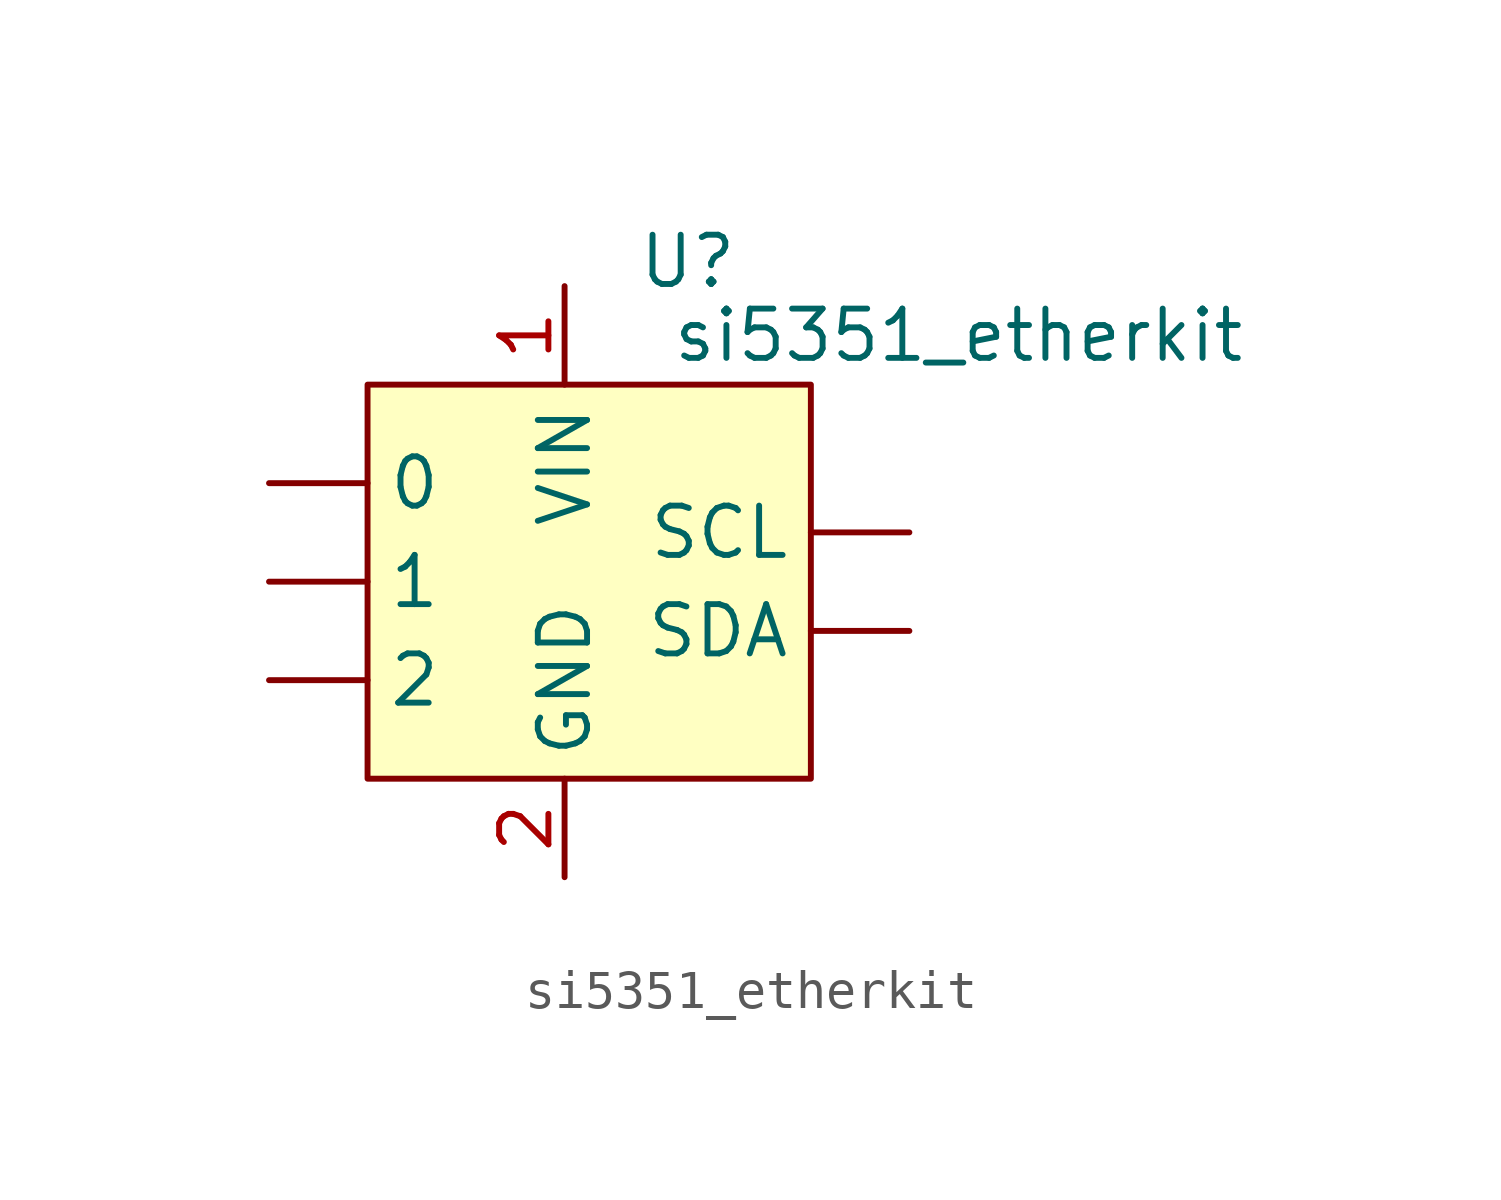
<source format=kicad_sym>
(kicad_symbol_lib
  (version 20211014)
  (generator kicad_symbol_editor)
  (symbol "si5351_etherkit"
    (property "Reference" "U"
      (at 3.175 8.255 0)
      (effects (font (size 1.27 1.27))))
    (property "Value" "si5351_etherkit"
      (at 10.16 6.35 0)
      (effects (font (size 1.27 1.27))))
    (symbol "si5351_etherkit_0_1"
      (rectangle (start -5.08 5.08) (end 6.35 -5.08) (stroke (width 0) (type default) (color 0 0 0 0)) (fill (type background))))
    (symbol "si5351_etherkit_1_1"
      (pin output line (at -7.62 2.54 0) (length 2.54) (name "0" (effects (font (size 1.27 1.27)))) (number "" (effects (font (size 1.27 1.27)))))
      (pin output line (at -7.62 0 0) (length 2.54) (name "1" (effects (font (size 1.27 1.27)))) (number "" (effects (font (size 1.27 1.27)))))
      (pin output line (at -7.62 -2.54 0) (length 2.54) (name "2" (effects (font (size 1.27 1.27)))) (number "" (effects (font (size 1.27 1.27)))))
      (pin input line (at 8.89 1.27 180) (length 2.54) (name "SCL" (effects (font (size 1.27 1.27)))) (number "" (effects (font (size 1.27 1.27)))))
      (pin bidirectional line (at 8.89 -1.27 180) (length 2.54) (name "SDA" (effects (font (size 1.27 1.27)))) (number "" (effects (font (size 1.27 1.27)))))
      (pin power_in line (at 0 7.62 270) (length 2.54) (name "VIN" (effects (font (size 1.27 1.27)))) (number "1" (effects (font (size 1.27 1.27)))))
      (pin output line (at 0 -7.62 90) (length 2.54) (name "GND" (effects (font (size 1.27 1.27)))) (number "2" (effects (font (size 1.27 1.27))))))))
</source>
